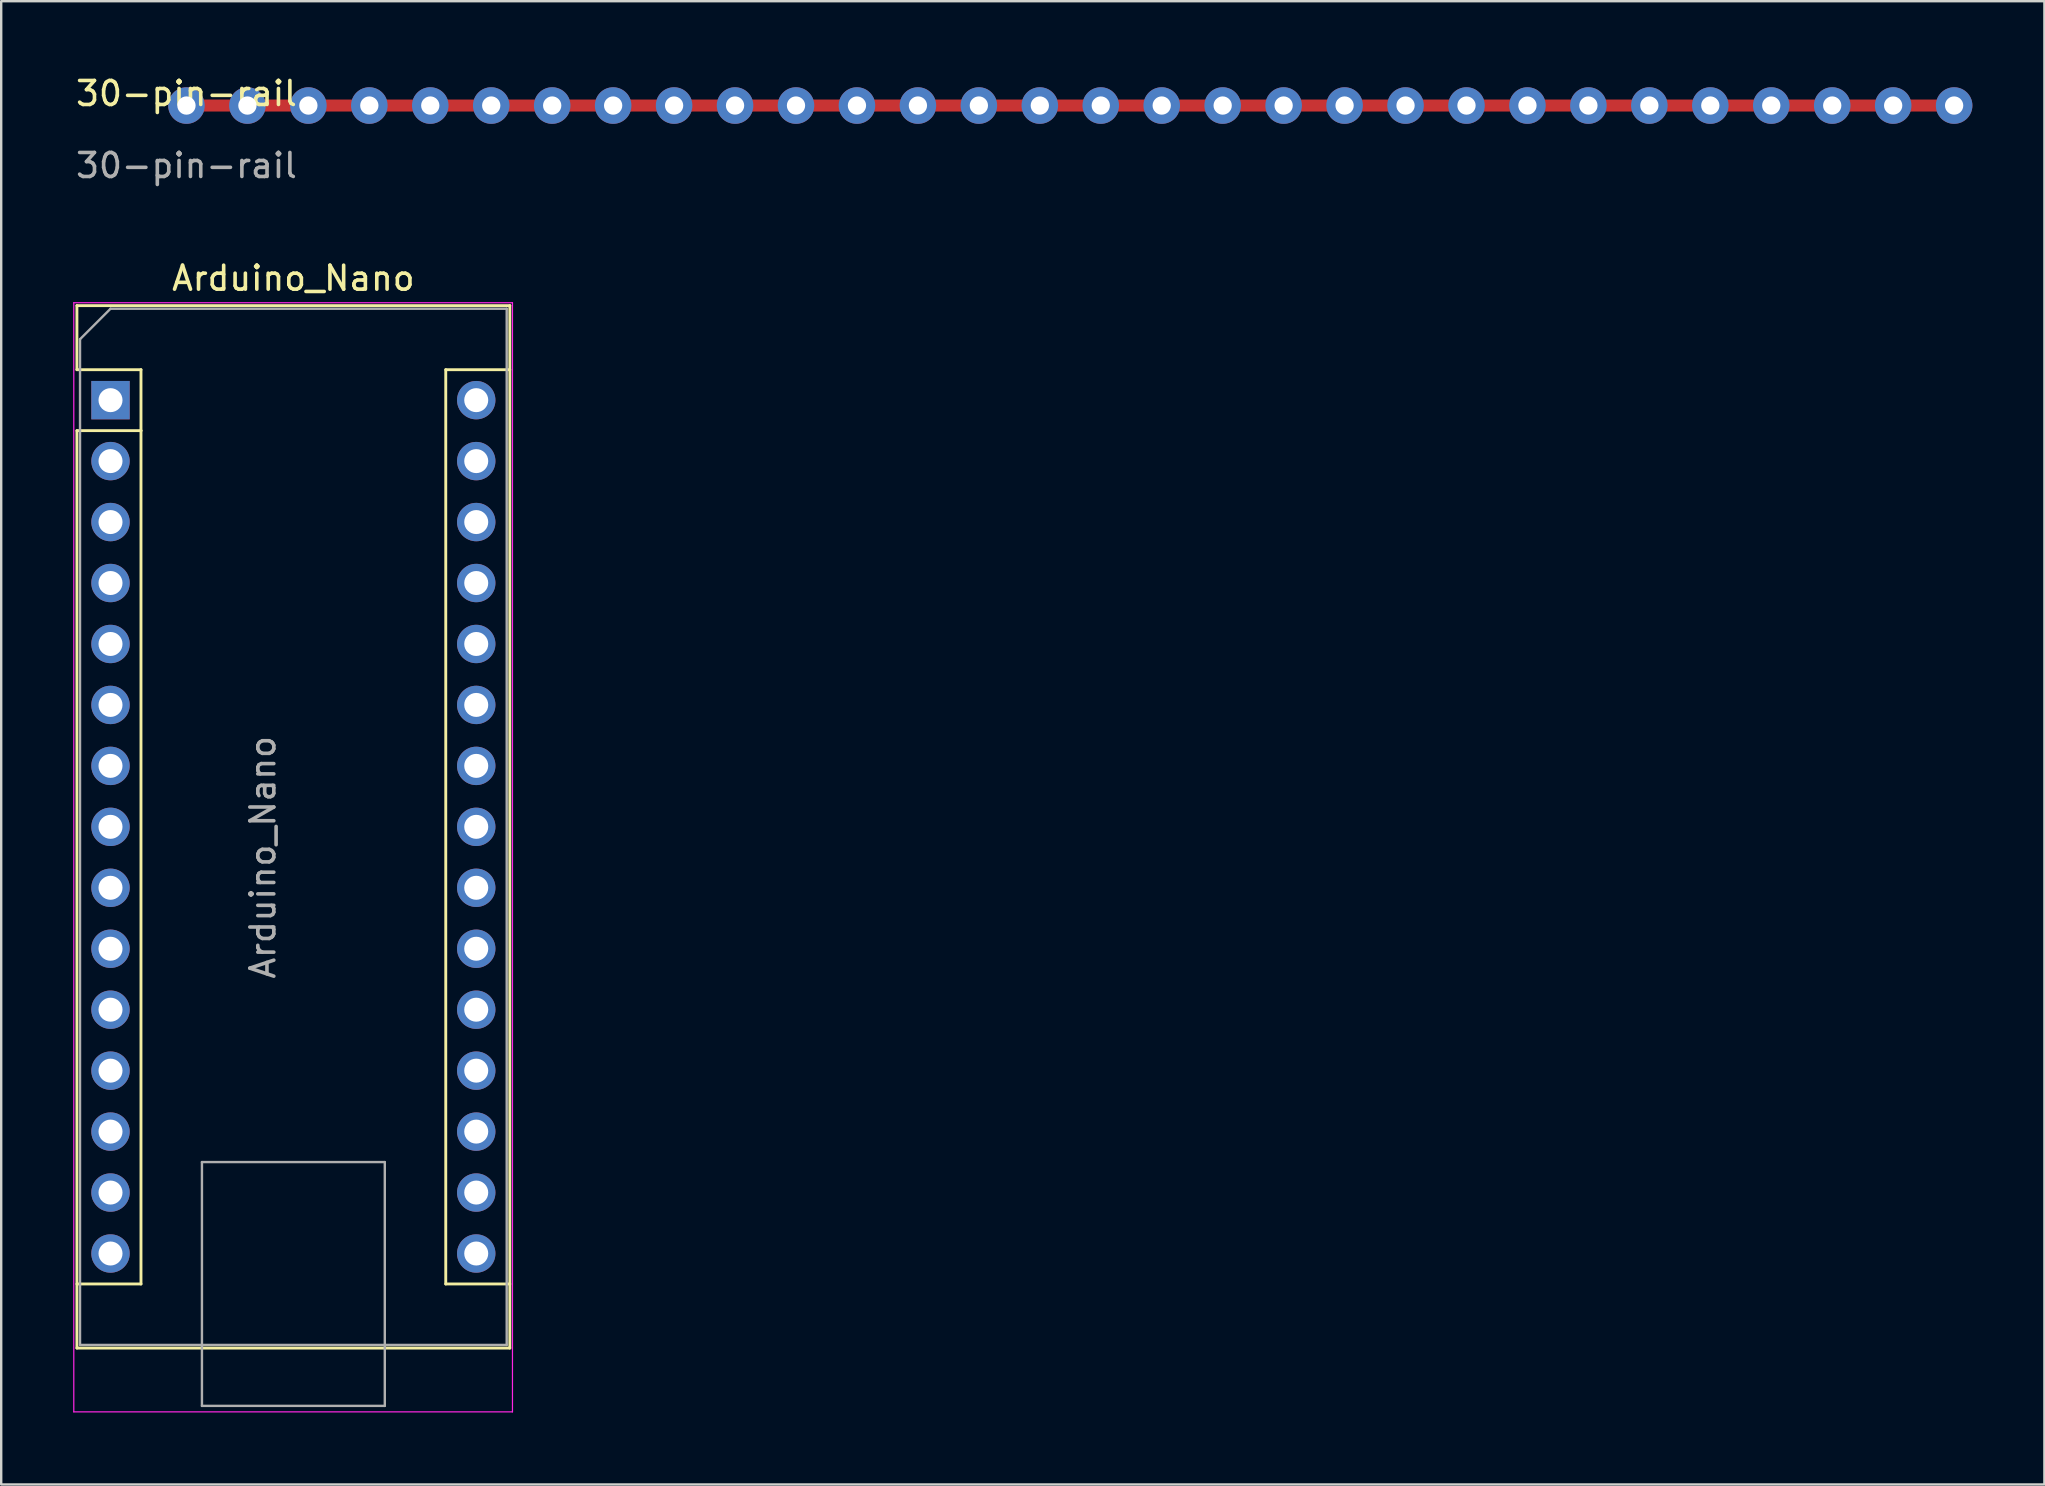
<source format=kicad_pcb>
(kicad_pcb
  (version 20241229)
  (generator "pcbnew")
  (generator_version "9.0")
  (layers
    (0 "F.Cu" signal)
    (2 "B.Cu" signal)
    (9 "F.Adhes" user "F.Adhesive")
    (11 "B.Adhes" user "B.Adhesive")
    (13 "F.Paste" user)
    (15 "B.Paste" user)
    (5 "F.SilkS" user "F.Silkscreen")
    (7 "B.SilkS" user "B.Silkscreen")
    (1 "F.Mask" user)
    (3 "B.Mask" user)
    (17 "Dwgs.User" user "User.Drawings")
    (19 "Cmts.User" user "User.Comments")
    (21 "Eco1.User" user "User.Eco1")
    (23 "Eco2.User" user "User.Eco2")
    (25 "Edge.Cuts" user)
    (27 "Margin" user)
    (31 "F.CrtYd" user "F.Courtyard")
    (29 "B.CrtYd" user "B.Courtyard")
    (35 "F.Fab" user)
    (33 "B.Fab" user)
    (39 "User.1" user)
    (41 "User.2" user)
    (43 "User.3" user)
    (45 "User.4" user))
  (footprint "30-pin-rail"
    (layer "F.Cu")
    (at 4.72 1.348)
    (property "Reference" "30-pin-rail" (at 0 -0.5 0) (unlocked yes) (layer "F.SilkS") (effects (font (size 1 1) (thickness 0.15))))
    (attr through_hole)
    (fp_line (start 0.635 0) (end 1.905 0) (stroke (width 0.5) (type solid)) (layer "F.Cu"))
    (fp_line (start 3.175 0) (end 4.445 0) (stroke (width 0.5) (type solid)) (layer "F.Cu"))
    (fp_line (start 5.715 0) (end 6.985 0) (stroke (width 0.5) (type solid)) (layer "F.Cu"))
    (fp_line (start 8.255 0) (end 9.525 0) (stroke (width 0.5) (type solid)) (layer "F.Cu"))
    (fp_line (start 10.795 0) (end 12.065 0) (stroke (width 0.5) (type solid)) (layer "F.Cu"))
    (fp_line (start 13.335 0) (end 14.605 0) (stroke (width 0.5) (type solid)) (layer "F.Cu"))
    (fp_line (start 15.875 0) (end 17.145 0) (stroke (width 0.5) (type solid)) (layer "F.Cu"))
    (fp_line (start 18.415 0) (end 19.685 0) (stroke (width 0.5) (type solid)) (layer "F.Cu"))
    (fp_line (start 20.955 0) (end 22.225 0) (stroke (width 0.5) (type solid)) (layer "F.Cu"))
    (fp_line (start 23.495 0) (end 24.765 0) (stroke (width 0.5) (type solid)) (layer "F.Cu"))
    (fp_line (start 26.035 0) (end 27.305 0) (stroke (width 0.5) (type solid)) (layer "F.Cu"))
    (fp_line (start 28.575 0) (end 29.845 0) (stroke (width 0.5) (type solid)) (layer "F.Cu"))
    (fp_line (start 31.115 0) (end 32.385 0) (stroke (width 0.5) (type solid)) (layer "F.Cu"))
    (fp_line (start 33.655 0) (end 34.925 0) (stroke (width 0.5) (type solid)) (layer "F.Cu"))
    (fp_line (start 36.195 0) (end 37.465 0) (stroke (width 0.5) (type solid)) (layer "F.Cu"))
    (fp_line (start 38.735 0) (end 40.005 0) (stroke (width 0.5) (type solid)) (layer "F.Cu"))
    (fp_line (start 41.275 0) (end 42.545 0) (stroke (width 0.5) (type solid)) (layer "F.Cu"))
    (fp_line (start 43.815 0) (end 45.085 0) (stroke (width 0.5) (type solid)) (layer "F.Cu"))
    (fp_line (start 46.355 0) (end 47.625 0) (stroke (width 0.5) (type solid)) (layer "F.Cu"))
    (fp_line (start 48.895 0) (end 50.165 0) (stroke (width 0.5) (type solid)) (layer "F.Cu"))
    (fp_line (start 51.435 0) (end 52.705 0) (stroke (width 0.5) (type solid)) (layer "F.Cu"))
    (fp_line (start 53.975 0) (end 55.245 0) (stroke (width 0.5) (type solid)) (layer "F.Cu"))
    (fp_line (start 56.515 0) (end 57.785 0) (stroke (width 0.5) (type solid)) (layer "F.Cu"))
    (fp_line (start 59.055 0) (end 60.325 0) (stroke (width 0.5) (type solid)) (layer "F.Cu"))
    (fp_line (start 61.595 0) (end 62.865 0) (stroke (width 0.5) (type solid)) (layer "F.Cu"))
    (fp_line (start 64.135 0) (end 65.405 0) (stroke (width 0.5) (type solid)) (layer "F.Cu"))
    (fp_line (start 66.675 0) (end 67.945 0) (stroke (width 0.5) (type solid)) (layer "F.Cu"))
    (fp_line (start 69.215 0) (end 70.485 0) (stroke (width 0.5) (type solid)) (layer "F.Cu"))
    (fp_line (start 71.755 0) (end 73.025 0) (stroke (width 0.5) (type solid)) (layer "F.Cu"))
    (fp_text user "${REFERENCE}" (at 0 2.5 0) (unlocked yes) (layer "F.Fab") (effects (font (size 1 1) (thickness 0.15))))
    (pad "1" thru_hole circle (at 0 0) (size 1.524 1.524) (drill 0.762) (layers "*.Cu" "*.Mask"))
    (pad "2" thru_hole circle (at 2.54 0) (size 1.524 1.524) (drill 0.762) (layers "*.Cu" "*.Mask"))
    (pad "3" thru_hole circle (at 5.08 0) (size 1.524 1.524) (drill 0.762) (layers "*.Cu" "*.Mask"))
    (pad "4" thru_hole circle (at 7.62 0) (size 1.524 1.524) (drill 0.762) (layers "*.Cu" "*.Mask"))
    (pad "5" thru_hole circle (at 10.16 0) (size 1.524 1.524) (drill 0.762) (layers "*.Cu" "*.Mask"))
    (pad "6" thru_hole circle (at 12.7 0) (size 1.524 1.524) (drill 0.762) (layers "*.Cu" "*.Mask"))
    (pad "7" thru_hole circle (at 15.24 0) (size 1.524 1.524) (drill 0.762) (layers "*.Cu" "*.Mask"))
    (pad "8" thru_hole circle (at 17.78 0) (size 1.524 1.524) (drill 0.762) (layers "*.Cu" "*.Mask"))
    (pad "9" thru_hole circle (at 20.32 0) (size 1.524 1.524) (drill 0.762) (layers "*.Cu" "*.Mask"))
    (pad "10" thru_hole circle (at 22.86 0) (size 1.524 1.524) (drill 0.762) (layers "*.Cu" "*.Mask"))
    (pad "11" thru_hole circle (at 25.4 0) (size 1.524 1.524) (drill 0.762) (layers "*.Cu" "*.Mask"))
    (pad "12" thru_hole circle (at 27.94 0) (size 1.524 1.524) (drill 0.762) (layers "*.Cu" "*.Mask"))
    (pad "13" thru_hole circle (at 30.48 0) (size 1.524 1.524) (drill 0.762) (layers "*.Cu" "*.Mask"))
    (pad "14" thru_hole circle (at 33.02 0) (size 1.524 1.524) (drill 0.762) (layers "*.Cu" "*.Mask"))
    (pad "15" thru_hole circle (at 35.56 0) (size 1.524 1.524) (drill 0.762) (layers "*.Cu" "*.Mask"))
    (pad "16" thru_hole circle (at 38.1 0) (size 1.524 1.524) (drill 0.762) (layers "*.Cu" "*.Mask"))
    (pad "17" thru_hole circle (at 40.64 0) (size 1.524 1.524) (drill 0.762) (layers "*.Cu" "*.Mask"))
    (pad "18" thru_hole circle (at 43.18 0) (size 1.524 1.524) (drill 0.762) (layers "*.Cu" "*.Mask"))
    (pad "19" thru_hole circle (at 45.72 0) (size 1.524 1.524) (drill 0.762) (layers "*.Cu" "*.Mask"))
    (pad "20" thru_hole circle (at 48.26 0) (size 1.524 1.524) (drill 0.762) (layers "*.Cu" "*.Mask"))
    (pad "21" thru_hole circle (at 50.8 0) (size 1.524 1.524) (drill 0.762) (layers "*.Cu" "*.Mask"))
    (pad "22" thru_hole circle (at 53.34 0) (size 1.524 1.524) (drill 0.762) (layers "*.Cu" "*.Mask"))
    (pad "23" thru_hole circle (at 55.88 0) (size 1.524 1.524) (drill 0.762) (layers "*.Cu" "*.Mask"))
    (pad "24" thru_hole circle (at 58.42 0) (size 1.524 1.524) (drill 0.762) (layers "*.Cu" "*.Mask"))
    (pad "25" thru_hole circle (at 60.96 0) (size 1.524 1.524) (drill 0.762) (layers "*.Cu" "*.Mask"))
    (pad "26" thru_hole circle (at 63.5 0) (size 1.524 1.524) (drill 0.762) (layers "*.Cu" "*.Mask"))
    (pad "27" thru_hole circle (at 66.04 0) (size 1.524 1.524) (drill 0.762) (layers "*.Cu" "*.Mask"))
    (pad "28" thru_hole circle (at 68.58 0) (size 1.524 1.524) (drill 0.762) (layers "*.Cu" "*.Mask"))
    (pad "29" thru_hole circle (at 71.12 0) (size 1.524 1.524) (drill 0.762) (layers "*.Cu" "*.Mask"))
    (pad "30" thru_hole circle (at 73.66 0) (size 1.524 1.524) (drill 0.762) (layers "*.Cu" "*.Mask")))
  (footprint "Arduino_Nano"
    (layer "F.Cu")
    (at 1.555 13.625)
    (property "Reference" "Arduino_Nano" (at 7.62 -5.08 0) (layer "F.SilkS") (effects (font (size 1 1) (thickness 0.15))))
    (attr through_hole)
    (fp_line (start -1.4 -3.94) (end -1.4 -1.27) (stroke (width 0.12) (type solid)) (layer "F.SilkS"))
    (fp_line (start -1.4 1.27) (end -1.4 39.5) (stroke (width 0.12) (type solid)) (layer "F.SilkS"))
    (fp_line (start -1.4 39.5) (end 16.64 39.5) (stroke (width 0.12) (type solid)) (layer "F.SilkS"))
    (fp_line (start 1.27 -1.27) (end -1.4 -1.27) (stroke (width 0.12) (type solid)) (layer "F.SilkS"))
    (fp_line (start 1.27 1.27) (end -1.4 1.27) (stroke (width 0.12) (type solid)) (layer "F.SilkS"))
    (fp_line (start 1.27 1.27) (end 1.27 -1.27) (stroke (width 0.12) (type solid)) (layer "F.SilkS"))
    (fp_line (start 1.27 1.27) (end 1.27 36.83) (stroke (width 0.12) (type solid)) (layer "F.SilkS"))
    (fp_line (start 1.27 36.83) (end -1.4 36.83) (stroke (width 0.12) (type solid)) (layer "F.SilkS"))
    (fp_line (start 13.97 -1.27) (end 13.97 36.83) (stroke (width 0.12) (type solid)) (layer "F.SilkS"))
    (fp_line (start 13.97 -1.27) (end 16.64 -1.27) (stroke (width 0.12) (type solid)) (layer "F.SilkS"))
    (fp_line (start 13.97 36.83) (end 16.64 36.83) (stroke (width 0.12) (type solid)) (layer "F.SilkS"))
    (fp_line (start 16.64 -3.94) (end -1.4 -3.94) (stroke (width 0.12) (type solid)) (layer "F.SilkS"))
    (fp_line (start 16.64 39.5) (end 16.64 -3.94) (stroke (width 0.12) (type solid)) (layer "F.SilkS"))
    (fp_line (start -1.53 -4.06) (end -1.53 42.16) (stroke (width 0.05) (type solid)) (layer "F.CrtYd"))
    (fp_line (start -1.53 -4.06) (end 16.75 -4.06) (stroke (width 0.05) (type solid)) (layer "F.CrtYd"))
    (fp_line (start 16.75 42.16) (end -1.53 42.16) (stroke (width 0.05) (type solid)) (layer "F.CrtYd"))
    (fp_line (start 16.75 42.16) (end 16.75 -4.06) (stroke (width 0.05) (type solid)) (layer "F.CrtYd"))
    (fp_line (start -1.27 -2.54) (end 0 -3.81) (stroke (width 0.1) (type solid)) (layer "F.Fab"))
    (fp_line (start -1.27 39.37) (end -1.27 -2.54) (stroke (width 0.1) (type solid)) (layer "F.Fab"))
    (fp_line (start 0 -3.81) (end 16.51 -3.81) (stroke (width 0.1) (type solid)) (layer "F.Fab"))
    (fp_line (start 3.81 31.75) (end 11.43 31.75) (stroke (width 0.1) (type solid)) (layer "F.Fab"))
    (fp_line (start 3.81 41.91) (end 3.81 31.75) (stroke (width 0.1) (type solid)) (layer "F.Fab"))
    (fp_line (start 11.43 31.75) (end 11.43 41.91) (stroke (width 0.1) (type solid)) (layer "F.Fab"))
    (fp_line (start 11.43 41.91) (end 3.81 41.91) (stroke (width 0.1) (type solid)) (layer "F.Fab"))
    (fp_line (start 16.51 -3.81) (end 16.51 39.37) (stroke (width 0.1) (type solid)) (layer "F.Fab"))
    (fp_line (start 16.51 39.37) (end -1.27 39.37) (stroke (width 0.1) (type solid)) (layer "F.Fab"))
    (fp_text user "${REFERENCE}" (at 6.35 19.05 90) (layer "F.Fab") (effects (font (size 1 1) (thickness 0.15))))
    (pad "1" thru_hole rect (at 0 0) (size 1.6 1.6) (drill 1) (layers "*.Cu" "*.Mask"))
    (pad "2" thru_hole oval (at 0 2.54) (size 1.6 1.6) (drill 1) (layers "*.Cu" "*.Mask"))
    (pad "3" thru_hole oval (at 0 5.08) (size 1.6 1.6) (drill 1) (layers "*.Cu" "*.Mask"))
    (pad "4" thru_hole oval (at 0 7.62) (size 1.6 1.6) (drill 1) (layers "*.Cu" "*.Mask"))
    (pad "5" thru_hole oval (at 0 10.16) (size 1.6 1.6) (drill 1) (layers "*.Cu" "*.Mask"))
    (pad "6" thru_hole oval (at 0 12.7) (size 1.6 1.6) (drill 1) (layers "*.Cu" "*.Mask"))
    (pad "7" thru_hole oval (at 0 15.24) (size 1.6 1.6) (drill 1) (layers "*.Cu" "*.Mask"))
    (pad "8" thru_hole oval (at 0 17.78) (size 1.6 1.6) (drill 1) (layers "*.Cu" "*.Mask"))
    (pad "9" thru_hole oval (at 0 20.32) (size 1.6 1.6) (drill 1) (layers "*.Cu" "*.Mask"))
    (pad "10" thru_hole oval (at 0 22.86) (size 1.6 1.6) (drill 1) (layers "*.Cu" "*.Mask"))
    (pad "11" thru_hole oval (at 0 25.4) (size 1.6 1.6) (drill 1) (layers "*.Cu" "*.Mask"))
    (pad "12" thru_hole oval (at 0 27.94) (size 1.6 1.6) (drill 1) (layers "*.Cu" "*.Mask"))
    (pad "13" thru_hole oval (at 0 30.48) (size 1.6 1.6) (drill 1) (layers "*.Cu" "*.Mask"))
    (pad "14" thru_hole oval (at 0 33.02) (size 1.6 1.6) (drill 1) (layers "*.Cu" "*.Mask"))
    (pad "15" thru_hole oval (at 0 35.56) (size 1.6 1.6) (drill 1) (layers "*.Cu" "*.Mask"))
    (pad "16" thru_hole oval (at 15.24 35.56) (size 1.6 1.6) (drill 1) (layers "*.Cu" "*.Mask"))
    (pad "17" thru_hole oval (at 15.24 33.02) (size 1.6 1.6) (drill 1) (layers "*.Cu" "*.Mask"))
    (pad "18" thru_hole oval (at 15.24 30.48) (size 1.6 1.6) (drill 1) (layers "*.Cu" "*.Mask"))
    (pad "19" thru_hole oval (at 15.24 27.94) (size 1.6 1.6) (drill 1) (layers "*.Cu" "*.Mask"))
    (pad "20" thru_hole oval (at 15.24 25.4) (size 1.6 1.6) (drill 1) (layers "*.Cu" "*.Mask"))
    (pad "21" thru_hole oval (at 15.24 22.86) (size 1.6 1.6) (drill 1) (layers "*.Cu" "*.Mask"))
    (pad "22" thru_hole oval (at 15.24 20.32) (size 1.6 1.6) (drill 1) (layers "*.Cu" "*.Mask"))
    (pad "23" thru_hole oval (at 15.24 17.78) (size 1.6 1.6) (drill 1) (layers "*.Cu" "*.Mask"))
    (pad "24" thru_hole oval (at 15.24 15.24) (size 1.6 1.6) (drill 1) (layers "*.Cu" "*.Mask"))
    (pad "25" thru_hole oval (at 15.24 12.7) (size 1.6 1.6) (drill 1) (layers "*.Cu" "*.Mask"))
    (pad "26" thru_hole oval (at 15.24 10.16) (size 1.6 1.6) (drill 1) (layers "*.Cu" "*.Mask"))
    (pad "27" thru_hole oval (at 15.24 7.62) (size 1.6 1.6) (drill 1) (layers "*.Cu" "*.Mask"))
    (pad "28" thru_hole oval (at 15.24 5.08) (size 1.6 1.6) (drill 1) (layers "*.Cu" "*.Mask"))
    (pad "29" thru_hole oval (at 15.24 2.54) (size 1.6 1.6) (drill 1) (layers "*.Cu" "*.Mask"))
    (pad "30" thru_hole oval (at 15.24 0) (size 1.6 1.6) (drill 1) (layers "*.Cu" "*.Mask")))
  (gr_rect
    (start -3 -3)
    (end 82.142 58.81)
    (stroke (width 0.1) (type default))
    (fill no)
    (layer "Edge.Cuts")))
</source>
